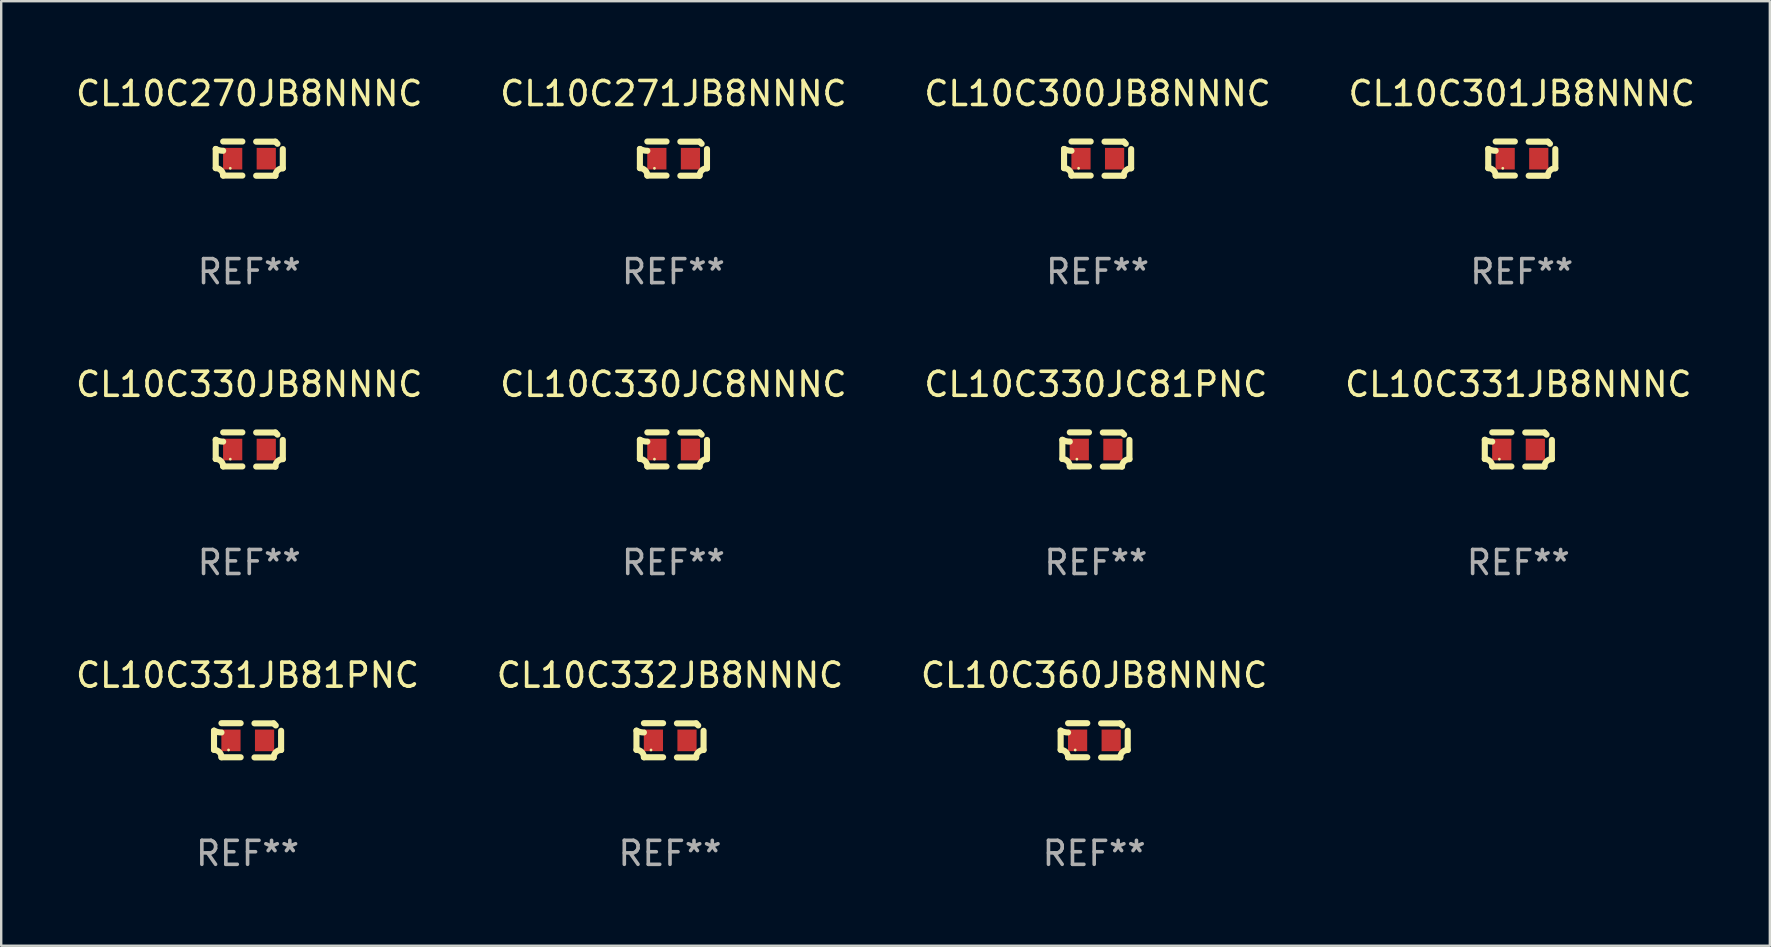
<source format=kicad_pcb>
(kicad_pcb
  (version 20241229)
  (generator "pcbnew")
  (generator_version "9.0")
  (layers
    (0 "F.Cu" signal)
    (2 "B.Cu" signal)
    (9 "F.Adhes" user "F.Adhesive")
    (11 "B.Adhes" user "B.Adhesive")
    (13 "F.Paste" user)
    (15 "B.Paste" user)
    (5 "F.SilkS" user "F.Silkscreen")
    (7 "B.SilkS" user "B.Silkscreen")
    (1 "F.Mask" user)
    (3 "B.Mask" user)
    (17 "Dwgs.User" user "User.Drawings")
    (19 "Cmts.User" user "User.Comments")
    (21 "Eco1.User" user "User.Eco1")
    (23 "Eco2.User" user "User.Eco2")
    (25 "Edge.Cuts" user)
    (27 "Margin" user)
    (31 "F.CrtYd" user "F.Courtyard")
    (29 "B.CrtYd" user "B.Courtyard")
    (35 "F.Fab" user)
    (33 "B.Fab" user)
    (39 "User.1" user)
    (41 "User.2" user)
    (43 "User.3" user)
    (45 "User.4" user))
  (footprint "CL10C331JB81PNC"
    (layer "F.Cu")
    (at 7.268 27.805)
    (property "Reference" "CL10C331JB81PNC" (at 0 -2.713 0) (layer "F.SilkS") (effects (font (size 1 1) (thickness 0.15))))
    (attr through_hole)
    (fp_line (start -1.398 -0.403) (end -1.398 0.397) (stroke (width 0.254) (type solid)) (layer "F.SilkS"))
    (fp_line (start -0.288 -0.713) (end -1.088 -0.713) (stroke (width 0.254) (type solid)) (layer "F.SilkS"))
    (fp_line (start -0.288 0.707) (end -1.088 0.707) (stroke (width 0.254) (type solid)) (layer "F.SilkS"))
    (fp_line (start 0.288 -0.707) (end 1.088 -0.707) (stroke (width 0.254) (type solid)) (layer "F.SilkS"))
    (fp_line (start 0.288 0.713) (end 1.088 0.713) (stroke (width 0.254) (type solid)) (layer "F.SilkS"))
    (fp_line (start 1.398 -0.397) (end 1.398 0.403) (stroke (width 0.254) (type solid)) (layer "F.SilkS"))
    (fp_arc (start -1.397789 0.397066) (mid -1.178701 0.487826) (end -1.08796 0.706922) (stroke (width 0.254001) (type solid)) (layer "F.SilkS"))
    (fp_arc (start -1.08796 -0.327176) (mid -1.247436 -0.346384) (end -1.39779 -0.402908) (stroke (width 0.254001) (type solid)) (layer "F.SilkS"))
    (fp_arc (start 1.087909 0.712738) (mid 1.178656 0.493655) (end 1.397739 0.402908) (stroke (width 0.254001) (type solid)) (layer "F.SilkS"))
    (fp_arc (start 1.175925 -0.618926) (mid 1.131917 -0.662923) (end 1.08791 -0.706922) (stroke (width 0.254001) (type solid)) (layer "F.SilkS"))
    (fp_circle (center -0.792 0.403) (end -0.762 0.403) (stroke (width 0.06) (type solid)) (fill no) (layer "F.SilkS"))
    (fp_text user "REF**" (at 0 4.713 0) (layer "F.Fab") (effects (font (size 1 1) (thickness 0.15))))
    (pad "1" smd rect (at -0.692 0.003) (size 0.8 0.9) (layers "F.Cu" "F.Mask" "F.Paste"))
    (pad "2" smd rect (at 0.708 0.003) (size 0.8 0.9) (layers "F.Cu" "F.Mask" "F.Paste")))
  (footprint "CL10C270JB8NNNC"
    (layer "F.Cu")
    (at 7.339 3.561)
    (property "Reference" "CL10C270JB8NNNC" (at 0 -2.713 0) (layer "F.SilkS") (effects (font (size 1 1) (thickness 0.15))))
    (attr through_hole)
    (fp_line (start -1.398 -0.403) (end -1.398 0.397) (stroke (width 0.254) (type solid)) (layer "F.SilkS"))
    (fp_line (start -0.288 -0.713) (end -1.088 -0.713) (stroke (width 0.254) (type solid)) (layer "F.SilkS"))
    (fp_line (start -0.288 0.707) (end -1.088 0.707) (stroke (width 0.254) (type solid)) (layer "F.SilkS"))
    (fp_line (start 0.288 -0.707) (end 1.088 -0.707) (stroke (width 0.254) (type solid)) (layer "F.SilkS"))
    (fp_line (start 0.288 0.713) (end 1.088 0.713) (stroke (width 0.254) (type solid)) (layer "F.SilkS"))
    (fp_line (start 1.398 -0.397) (end 1.398 0.403) (stroke (width 0.254) (type solid)) (layer "F.SilkS"))
    (fp_arc (start -1.397789 0.397066) (mid -1.178701 0.487826) (end -1.08796 0.706922) (stroke (width 0.254001) (type solid)) (layer "F.SilkS"))
    (fp_arc (start -1.08796 -0.327176) (mid -1.247436 -0.346384) (end -1.39779 -0.402908) (stroke (width 0.254001) (type solid)) (layer "F.SilkS"))
    (fp_arc (start 1.087909 0.712738) (mid 1.178656 0.493655) (end 1.397739 0.402908) (stroke (width 0.254001) (type solid)) (layer "F.SilkS"))
    (fp_arc (start 1.175925 -0.618926) (mid 1.131917 -0.662923) (end 1.08791 -0.706922) (stroke (width 0.254001) (type solid)) (layer "F.SilkS"))
    (fp_circle (center -0.792 0.403) (end -0.762 0.403) (stroke (width 0.06) (type solid)) (fill no) (layer "F.SilkS"))
    (fp_text user "REF**" (at 0 4.713 0) (layer "F.Fab") (effects (font (size 1 1) (thickness 0.15))))
    (pad "1" smd rect (at -0.692 0.003) (size 0.8 0.9) (layers "F.Cu" "F.Mask" "F.Paste"))
    (pad "2" smd rect (at 0.708 0.003) (size 0.8 0.9) (layers "F.Cu" "F.Mask" "F.Paste")))
  (footprint "CL10C360JB8NNNC"
    (layer "F.Cu")
    (at 42.554 27.805)
    (property "Reference" "CL10C360JB8NNNC" (at 0 -2.713 0) (layer "F.SilkS") (effects (font (size 1 1) (thickness 0.15))))
    (attr through_hole)
    (fp_line (start -1.398 -0.403) (end -1.398 0.397) (stroke (width 0.254) (type solid)) (layer "F.SilkS"))
    (fp_line (start -0.288 -0.713) (end -1.088 -0.713) (stroke (width 0.254) (type solid)) (layer "F.SilkS"))
    (fp_line (start -0.288 0.707) (end -1.088 0.707) (stroke (width 0.254) (type solid)) (layer "F.SilkS"))
    (fp_line (start 0.288 -0.707) (end 1.088 -0.707) (stroke (width 0.254) (type solid)) (layer "F.SilkS"))
    (fp_line (start 0.288 0.713) (end 1.088 0.713) (stroke (width 0.254) (type solid)) (layer "F.SilkS"))
    (fp_line (start 1.398 -0.397) (end 1.398 0.403) (stroke (width 0.254) (type solid)) (layer "F.SilkS"))
    (fp_arc (start -1.397789 0.397066) (mid -1.178701 0.487826) (end -1.08796 0.706922) (stroke (width 0.254001) (type solid)) (layer "F.SilkS"))
    (fp_arc (start -1.08796 -0.327176) (mid -1.247436 -0.346384) (end -1.39779 -0.402908) (stroke (width 0.254001) (type solid)) (layer "F.SilkS"))
    (fp_arc (start 1.087909 0.712738) (mid 1.178656 0.493655) (end 1.397739 0.402908) (stroke (width 0.254001) (type solid)) (layer "F.SilkS"))
    (fp_arc (start 1.175925 -0.618926) (mid 1.131917 -0.662923) (end 1.08791 -0.706922) (stroke (width 0.254001) (type solid)) (layer "F.SilkS"))
    (fp_circle (center -0.792 0.403) (end -0.762 0.403) (stroke (width 0.06) (type solid)) (fill no) (layer "F.SilkS"))
    (fp_text user "REF**" (at 0 4.713 0) (layer "F.Fab") (effects (font (size 1 1) (thickness 0.15))))
    (pad "1" smd rect (at -0.692 0.003) (size 0.8 0.9) (layers "F.Cu" "F.Mask" "F.Paste"))
    (pad "2" smd rect (at 0.708 0.003) (size 0.8 0.9) (layers "F.Cu" "F.Mask" "F.Paste")))
  (footprint "CL10C332JB8NNNC"
    (layer "F.Cu")
    (at 24.875 27.805)
    (property "Reference" "CL10C332JB8NNNC" (at 0 -2.713 0) (layer "F.SilkS") (effects (font (size 1 1) (thickness 0.15))))
    (attr through_hole)
    (fp_line (start -1.398 -0.403) (end -1.398 0.397) (stroke (width 0.254) (type solid)) (layer "F.SilkS"))
    (fp_line (start -0.288 -0.713) (end -1.088 -0.713) (stroke (width 0.254) (type solid)) (layer "F.SilkS"))
    (fp_line (start -0.288 0.707) (end -1.088 0.707) (stroke (width 0.254) (type solid)) (layer "F.SilkS"))
    (fp_line (start 0.288 -0.707) (end 1.088 -0.707) (stroke (width 0.254) (type solid)) (layer "F.SilkS"))
    (fp_line (start 0.288 0.713) (end 1.088 0.713) (stroke (width 0.254) (type solid)) (layer "F.SilkS"))
    (fp_line (start 1.398 -0.397) (end 1.398 0.403) (stroke (width 0.254) (type solid)) (layer "F.SilkS"))
    (fp_arc (start -1.397789 0.397066) (mid -1.178701 0.487826) (end -1.08796 0.706922) (stroke (width 0.254001) (type solid)) (layer "F.SilkS"))
    (fp_arc (start -1.08796 -0.327176) (mid -1.247436 -0.346384) (end -1.39779 -0.402908) (stroke (width 0.254001) (type solid)) (layer "F.SilkS"))
    (fp_arc (start 1.087909 0.712738) (mid 1.178656 0.493655) (end 1.397739 0.402908) (stroke (width 0.254001) (type solid)) (layer "F.SilkS"))
    (fp_arc (start 1.175925 -0.618926) (mid 1.131917 -0.662923) (end 1.08791 -0.706922) (stroke (width 0.254001) (type solid)) (layer "F.SilkS"))
    (fp_circle (center -0.792 0.403) (end -0.762 0.403) (stroke (width 0.06) (type solid)) (fill no) (layer "F.SilkS"))
    (fp_text user "REF**" (at 0 4.713 0) (layer "F.Fab") (effects (font (size 1 1) (thickness 0.15))))
    (pad "1" smd rect (at -0.692 0.003) (size 0.8 0.9) (layers "F.Cu" "F.Mask" "F.Paste"))
    (pad "2" smd rect (at 0.708 0.003) (size 0.8 0.9) (layers "F.Cu" "F.Mask" "F.Paste")))
  (footprint "CL10C331JB8NNNC"
    (layer "F.Cu")
    (at 60.232 15.683)
    (property "Reference" "CL10C331JB8NNNC" (at 0 -2.713 0) (layer "F.SilkS") (effects (font (size 1 1) (thickness 0.15))))
    (attr through_hole)
    (fp_line (start -1.398 -0.403) (end -1.398 0.397) (stroke (width 0.254) (type solid)) (layer "F.SilkS"))
    (fp_line (start -0.288 -0.713) (end -1.088 -0.713) (stroke (width 0.254) (type solid)) (layer "F.SilkS"))
    (fp_line (start -0.288 0.707) (end -1.088 0.707) (stroke (width 0.254) (type solid)) (layer "F.SilkS"))
    (fp_line (start 0.288 -0.707) (end 1.088 -0.707) (stroke (width 0.254) (type solid)) (layer "F.SilkS"))
    (fp_line (start 0.288 0.713) (end 1.088 0.713) (stroke (width 0.254) (type solid)) (layer "F.SilkS"))
    (fp_line (start 1.398 -0.397) (end 1.398 0.403) (stroke (width 0.254) (type solid)) (layer "F.SilkS"))
    (fp_arc (start -1.397789 0.397066) (mid -1.178701 0.487826) (end -1.08796 0.706922) (stroke (width 0.254001) (type solid)) (layer "F.SilkS"))
    (fp_arc (start -1.08796 -0.327176) (mid -1.247436 -0.346384) (end -1.39779 -0.402908) (stroke (width 0.254001) (type solid)) (layer "F.SilkS"))
    (fp_arc (start 1.087909 0.712738) (mid 1.178656 0.493655) (end 1.397739 0.402908) (stroke (width 0.254001) (type solid)) (layer "F.SilkS"))
    (fp_arc (start 1.175925 -0.618926) (mid 1.131917 -0.662923) (end 1.08791 -0.706922) (stroke (width 0.254001) (type solid)) (layer "F.SilkS"))
    (fp_circle (center -0.792 0.403) (end -0.762 0.403) (stroke (width 0.06) (type solid)) (fill no) (layer "F.SilkS"))
    (fp_text user "REF**" (at 0 4.713 0) (layer "F.Fab") (effects (font (size 1 1) (thickness 0.15))))
    (pad "1" smd rect (at -0.692 0.003) (size 0.8 0.9) (layers "F.Cu" "F.Mask" "F.Paste"))
    (pad "2" smd rect (at 0.708 0.003) (size 0.8 0.9) (layers "F.Cu" "F.Mask" "F.Paste")))
  (footprint "CL10C301JB8NNNC"
    (layer "F.Cu")
    (at 60.375 3.561)
    (property "Reference" "CL10C301JB8NNNC" (at 0 -2.713 0) (layer "F.SilkS") (effects (font (size 1 1) (thickness 0.15))))
    (attr through_hole)
    (fp_line (start -1.398 -0.403) (end -1.398 0.397) (stroke (width 0.254) (type solid)) (layer "F.SilkS"))
    (fp_line (start -0.288 -0.713) (end -1.088 -0.713) (stroke (width 0.254) (type solid)) (layer "F.SilkS"))
    (fp_line (start -0.288 0.707) (end -1.088 0.707) (stroke (width 0.254) (type solid)) (layer "F.SilkS"))
    (fp_line (start 0.288 -0.707) (end 1.088 -0.707) (stroke (width 0.254) (type solid)) (layer "F.SilkS"))
    (fp_line (start 0.288 0.713) (end 1.088 0.713) (stroke (width 0.254) (type solid)) (layer "F.SilkS"))
    (fp_line (start 1.398 -0.397) (end 1.398 0.403) (stroke (width 0.254) (type solid)) (layer "F.SilkS"))
    (fp_arc (start -1.397789 0.397066) (mid -1.178701 0.487826) (end -1.08796 0.706922) (stroke (width 0.254001) (type solid)) (layer "F.SilkS"))
    (fp_arc (start -1.08796 -0.327176) (mid -1.247436 -0.346384) (end -1.39779 -0.402908) (stroke (width 0.254001) (type solid)) (layer "F.SilkS"))
    (fp_arc (start 1.087909 0.712738) (mid 1.178656 0.493655) (end 1.397739 0.402908) (stroke (width 0.254001) (type solid)) (layer "F.SilkS"))
    (fp_arc (start 1.175925 -0.618926) (mid 1.131917 -0.662923) (end 1.08791 -0.706922) (stroke (width 0.254001) (type solid)) (layer "F.SilkS"))
    (fp_circle (center -0.792 0.403) (end -0.762 0.403) (stroke (width 0.06) (type solid)) (fill no) (layer "F.SilkS"))
    (fp_text user "REF**" (at 0 4.713 0) (layer "F.Fab") (effects (font (size 1 1) (thickness 0.15))))
    (pad "1" smd rect (at -0.692 0.003) (size 0.8 0.9) (layers "F.Cu" "F.Mask" "F.Paste"))
    (pad "2" smd rect (at 0.708 0.003) (size 0.8 0.9) (layers "F.Cu" "F.Mask" "F.Paste")))
  (footprint "CL10C271JB8NNNC"
    (layer "F.Cu")
    (at 25.018 3.561)
    (property "Reference" "CL10C271JB8NNNC" (at 0 -2.713 0) (layer "F.SilkS") (effects (font (size 1 1) (thickness 0.15))))
    (attr through_hole)
    (fp_line (start -1.398 -0.403) (end -1.398 0.397) (stroke (width 0.254) (type solid)) (layer "F.SilkS"))
    (fp_line (start -0.288 -0.713) (end -1.088 -0.713) (stroke (width 0.254) (type solid)) (layer "F.SilkS"))
    (fp_line (start -0.288 0.707) (end -1.088 0.707) (stroke (width 0.254) (type solid)) (layer "F.SilkS"))
    (fp_line (start 0.288 -0.707) (end 1.088 -0.707) (stroke (width 0.254) (type solid)) (layer "F.SilkS"))
    (fp_line (start 0.288 0.713) (end 1.088 0.713) (stroke (width 0.254) (type solid)) (layer "F.SilkS"))
    (fp_line (start 1.398 -0.397) (end 1.398 0.403) (stroke (width 0.254) (type solid)) (layer "F.SilkS"))
    (fp_arc (start -1.397789 0.397066) (mid -1.178701 0.487826) (end -1.08796 0.706922) (stroke (width 0.254001) (type solid)) (layer "F.SilkS"))
    (fp_arc (start -1.08796 -0.327176) (mid -1.247436 -0.346384) (end -1.39779 -0.402908) (stroke (width 0.254001) (type solid)) (layer "F.SilkS"))
    (fp_arc (start 1.087909 0.712738) (mid 1.178656 0.493655) (end 1.397739 0.402908) (stroke (width 0.254001) (type solid)) (layer "F.SilkS"))
    (fp_arc (start 1.175925 -0.618926) (mid 1.131917 -0.662923) (end 1.08791 -0.706922) (stroke (width 0.254001) (type solid)) (layer "F.SilkS"))
    (fp_circle (center -0.792 0.403) (end -0.762 0.403) (stroke (width 0.06) (type solid)) (fill no) (layer "F.SilkS"))
    (fp_text user "REF**" (at 0 4.713 0) (layer "F.Fab") (effects (font (size 1 1) (thickness 0.15))))
    (pad "1" smd rect (at -0.692 0.003) (size 0.8 0.9) (layers "F.Cu" "F.Mask" "F.Paste"))
    (pad "2" smd rect (at 0.708 0.003) (size 0.8 0.9) (layers "F.Cu" "F.Mask" "F.Paste")))
  (footprint "CL10C300JB8NNNC"
    (layer "F.Cu")
    (at 42.696 3.561)
    (property "Reference" "CL10C300JB8NNNC" (at 0 -2.713 0) (layer "F.SilkS") (effects (font (size 1 1) (thickness 0.15))))
    (attr through_hole)
    (fp_line (start -1.398 -0.403) (end -1.398 0.397) (stroke (width 0.254) (type solid)) (layer "F.SilkS"))
    (fp_line (start -0.288 -0.713) (end -1.088 -0.713) (stroke (width 0.254) (type solid)) (layer "F.SilkS"))
    (fp_line (start -0.288 0.707) (end -1.088 0.707) (stroke (width 0.254) (type solid)) (layer "F.SilkS"))
    (fp_line (start 0.288 -0.707) (end 1.088 -0.707) (stroke (width 0.254) (type solid)) (layer "F.SilkS"))
    (fp_line (start 0.288 0.713) (end 1.088 0.713) (stroke (width 0.254) (type solid)) (layer "F.SilkS"))
    (fp_line (start 1.398 -0.397) (end 1.398 0.403) (stroke (width 0.254) (type solid)) (layer "F.SilkS"))
    (fp_arc (start -1.397789 0.397066) (mid -1.178701 0.487826) (end -1.08796 0.706922) (stroke (width 0.254001) (type solid)) (layer "F.SilkS"))
    (fp_arc (start -1.08796 -0.327176) (mid -1.247436 -0.346384) (end -1.39779 -0.402908) (stroke (width 0.254001) (type solid)) (layer "F.SilkS"))
    (fp_arc (start 1.087909 0.712738) (mid 1.178656 0.493655) (end 1.397739 0.402908) (stroke (width 0.254001) (type solid)) (layer "F.SilkS"))
    (fp_arc (start 1.175925 -0.618926) (mid 1.131917 -0.662923) (end 1.08791 -0.706922) (stroke (width 0.254001) (type solid)) (layer "F.SilkS"))
    (fp_circle (center -0.792 0.403) (end -0.762 0.403) (stroke (width 0.06) (type solid)) (fill no) (layer "F.SilkS"))
    (fp_text user "REF**" (at 0 4.713 0) (layer "F.Fab") (effects (font (size 1 1) (thickness 0.15))))
    (pad "1" smd rect (at -0.692 0.003) (size 0.8 0.9) (layers "F.Cu" "F.Mask" "F.Paste"))
    (pad "2" smd rect (at 0.708 0.003) (size 0.8 0.9) (layers "F.Cu" "F.Mask" "F.Paste")))
  (footprint "CL10C330JC8NNNC"
    (layer "F.Cu")
    (at 25.018 15.683)
    (property "Reference" "CL10C330JC8NNNC" (at 0 -2.713 0) (layer "F.SilkS") (effects (font (size 1 1) (thickness 0.15))))
    (attr through_hole)
    (fp_line (start -1.398 -0.403) (end -1.398 0.397) (stroke (width 0.254) (type solid)) (layer "F.SilkS"))
    (fp_line (start -0.288 -0.713) (end -1.088 -0.713) (stroke (width 0.254) (type solid)) (layer "F.SilkS"))
    (fp_line (start -0.288 0.707) (end -1.088 0.707) (stroke (width 0.254) (type solid)) (layer "F.SilkS"))
    (fp_line (start 0.288 -0.707) (end 1.088 -0.707) (stroke (width 0.254) (type solid)) (layer "F.SilkS"))
    (fp_line (start 0.288 0.713) (end 1.088 0.713) (stroke (width 0.254) (type solid)) (layer "F.SilkS"))
    (fp_line (start 1.398 -0.397) (end 1.398 0.403) (stroke (width 0.254) (type solid)) (layer "F.SilkS"))
    (fp_arc (start -1.397789 0.397066) (mid -1.178701 0.487826) (end -1.08796 0.706922) (stroke (width 0.254001) (type solid)) (layer "F.SilkS"))
    (fp_arc (start -1.08796 -0.327176) (mid -1.247436 -0.346384) (end -1.39779 -0.402908) (stroke (width 0.254001) (type solid)) (layer "F.SilkS"))
    (fp_arc (start 1.087909 0.712738) (mid 1.178656 0.493655) (end 1.397739 0.402908) (stroke (width 0.254001) (type solid)) (layer "F.SilkS"))
    (fp_arc (start 1.175925 -0.618926) (mid 1.131917 -0.662923) (end 1.08791 -0.706922) (stroke (width 0.254001) (type solid)) (layer "F.SilkS"))
    (fp_circle (center -0.792 0.403) (end -0.762 0.403) (stroke (width 0.06) (type solid)) (fill no) (layer "F.SilkS"))
    (fp_text user "REF**" (at 0 4.713 0) (layer "F.Fab") (effects (font (size 1 1) (thickness 0.15))))
    (pad "1" smd rect (at -0.692 0.003) (size 0.8 0.9) (layers "F.Cu" "F.Mask" "F.Paste"))
    (pad "2" smd rect (at 0.708 0.003) (size 0.8 0.9) (layers "F.Cu" "F.Mask" "F.Paste")))
  (footprint "CL10C330JB8NNNC"
    (layer "F.Cu")
    (at 7.339 15.683)
    (property "Reference" "CL10C330JB8NNNC" (at 0 -2.713 0) (layer "F.SilkS") (effects (font (size 1 1) (thickness 0.15))))
    (attr through_hole)
    (fp_line (start -1.398 -0.403) (end -1.398 0.397) (stroke (width 0.254) (type solid)) (layer "F.SilkS"))
    (fp_line (start -0.288 -0.713) (end -1.088 -0.713) (stroke (width 0.254) (type solid)) (layer "F.SilkS"))
    (fp_line (start -0.288 0.707) (end -1.088 0.707) (stroke (width 0.254) (type solid)) (layer "F.SilkS"))
    (fp_line (start 0.288 -0.707) (end 1.088 -0.707) (stroke (width 0.254) (type solid)) (layer "F.SilkS"))
    (fp_line (start 0.288 0.713) (end 1.088 0.713) (stroke (width 0.254) (type solid)) (layer "F.SilkS"))
    (fp_line (start 1.398 -0.397) (end 1.398 0.403) (stroke (width 0.254) (type solid)) (layer "F.SilkS"))
    (fp_arc (start -1.397789 0.397066) (mid -1.178701 0.487826) (end -1.08796 0.706922) (stroke (width 0.254001) (type solid)) (layer "F.SilkS"))
    (fp_arc (start -1.08796 -0.327176) (mid -1.247436 -0.346384) (end -1.39779 -0.402908) (stroke (width 0.254001) (type solid)) (layer "F.SilkS"))
    (fp_arc (start 1.087909 0.712738) (mid 1.178656 0.493655) (end 1.397739 0.402908) (stroke (width 0.254001) (type solid)) (layer "F.SilkS"))
    (fp_arc (start 1.175925 -0.618926) (mid 1.131917 -0.662923) (end 1.08791 -0.706922) (stroke (width 0.254001) (type solid)) (layer "F.SilkS"))
    (fp_circle (center -0.792 0.403) (end -0.762 0.403) (stroke (width 0.06) (type solid)) (fill no) (layer "F.SilkS"))
    (fp_text user "REF**" (at 0 4.713 0) (layer "F.Fab") (effects (font (size 1 1) (thickness 0.15))))
    (pad "1" smd rect (at -0.692 0.003) (size 0.8 0.9) (layers "F.Cu" "F.Mask" "F.Paste"))
    (pad "2" smd rect (at 0.708 0.003) (size 0.8 0.9) (layers "F.Cu" "F.Mask" "F.Paste")))
  (footprint "CL10C330JC81PNC"
    (layer "F.Cu")
    (at 42.625 15.683)
    (property "Reference" "CL10C330JC81PNC" (at 0 -2.713 0) (layer "F.SilkS") (effects (font (size 1 1) (thickness 0.15))))
    (attr through_hole)
    (fp_line (start -1.398 -0.403) (end -1.398 0.397) (stroke (width 0.254) (type solid)) (layer "F.SilkS"))
    (fp_line (start -0.288 -0.713) (end -1.088 -0.713) (stroke (width 0.254) (type solid)) (layer "F.SilkS"))
    (fp_line (start -0.288 0.707) (end -1.088 0.707) (stroke (width 0.254) (type solid)) (layer "F.SilkS"))
    (fp_line (start 0.288 -0.707) (end 1.088 -0.707) (stroke (width 0.254) (type solid)) (layer "F.SilkS"))
    (fp_line (start 0.288 0.713) (end 1.088 0.713) (stroke (width 0.254) (type solid)) (layer "F.SilkS"))
    (fp_line (start 1.398 -0.397) (end 1.398 0.403) (stroke (width 0.254) (type solid)) (layer "F.SilkS"))
    (fp_arc (start -1.397789 0.397066) (mid -1.178701 0.487826) (end -1.08796 0.706922) (stroke (width 0.254001) (type solid)) (layer "F.SilkS"))
    (fp_arc (start -1.08796 -0.327176) (mid -1.247436 -0.346384) (end -1.39779 -0.402908) (stroke (width 0.254001) (type solid)) (layer "F.SilkS"))
    (fp_arc (start 1.087909 0.712738) (mid 1.178656 0.493655) (end 1.397739 0.402908) (stroke (width 0.254001) (type solid)) (layer "F.SilkS"))
    (fp_arc (start 1.175925 -0.618926) (mid 1.131917 -0.662923) (end 1.08791 -0.706922) (stroke (width 0.254001) (type solid)) (layer "F.SilkS"))
    (fp_circle (center -0.792 0.403) (end -0.762 0.403) (stroke (width 0.06) (type solid)) (fill no) (layer "F.SilkS"))
    (fp_text user "REF**" (at 0 4.713 0) (layer "F.Fab") (effects (font (size 1 1) (thickness 0.15))))
    (pad "1" smd rect (at -0.692 0.003) (size 0.8 0.9) (layers "F.Cu" "F.Mask" "F.Paste"))
    (pad "2" smd rect (at 0.708 0.003) (size 0.8 0.9) (layers "F.Cu" "F.Mask" "F.Paste")))
  (gr_rect
    (start -3 -3)
    (end 70.714 36.366)
    (stroke (width 0.1) (type default))
    (fill no)
    (layer "Edge.Cuts")))
</source>
